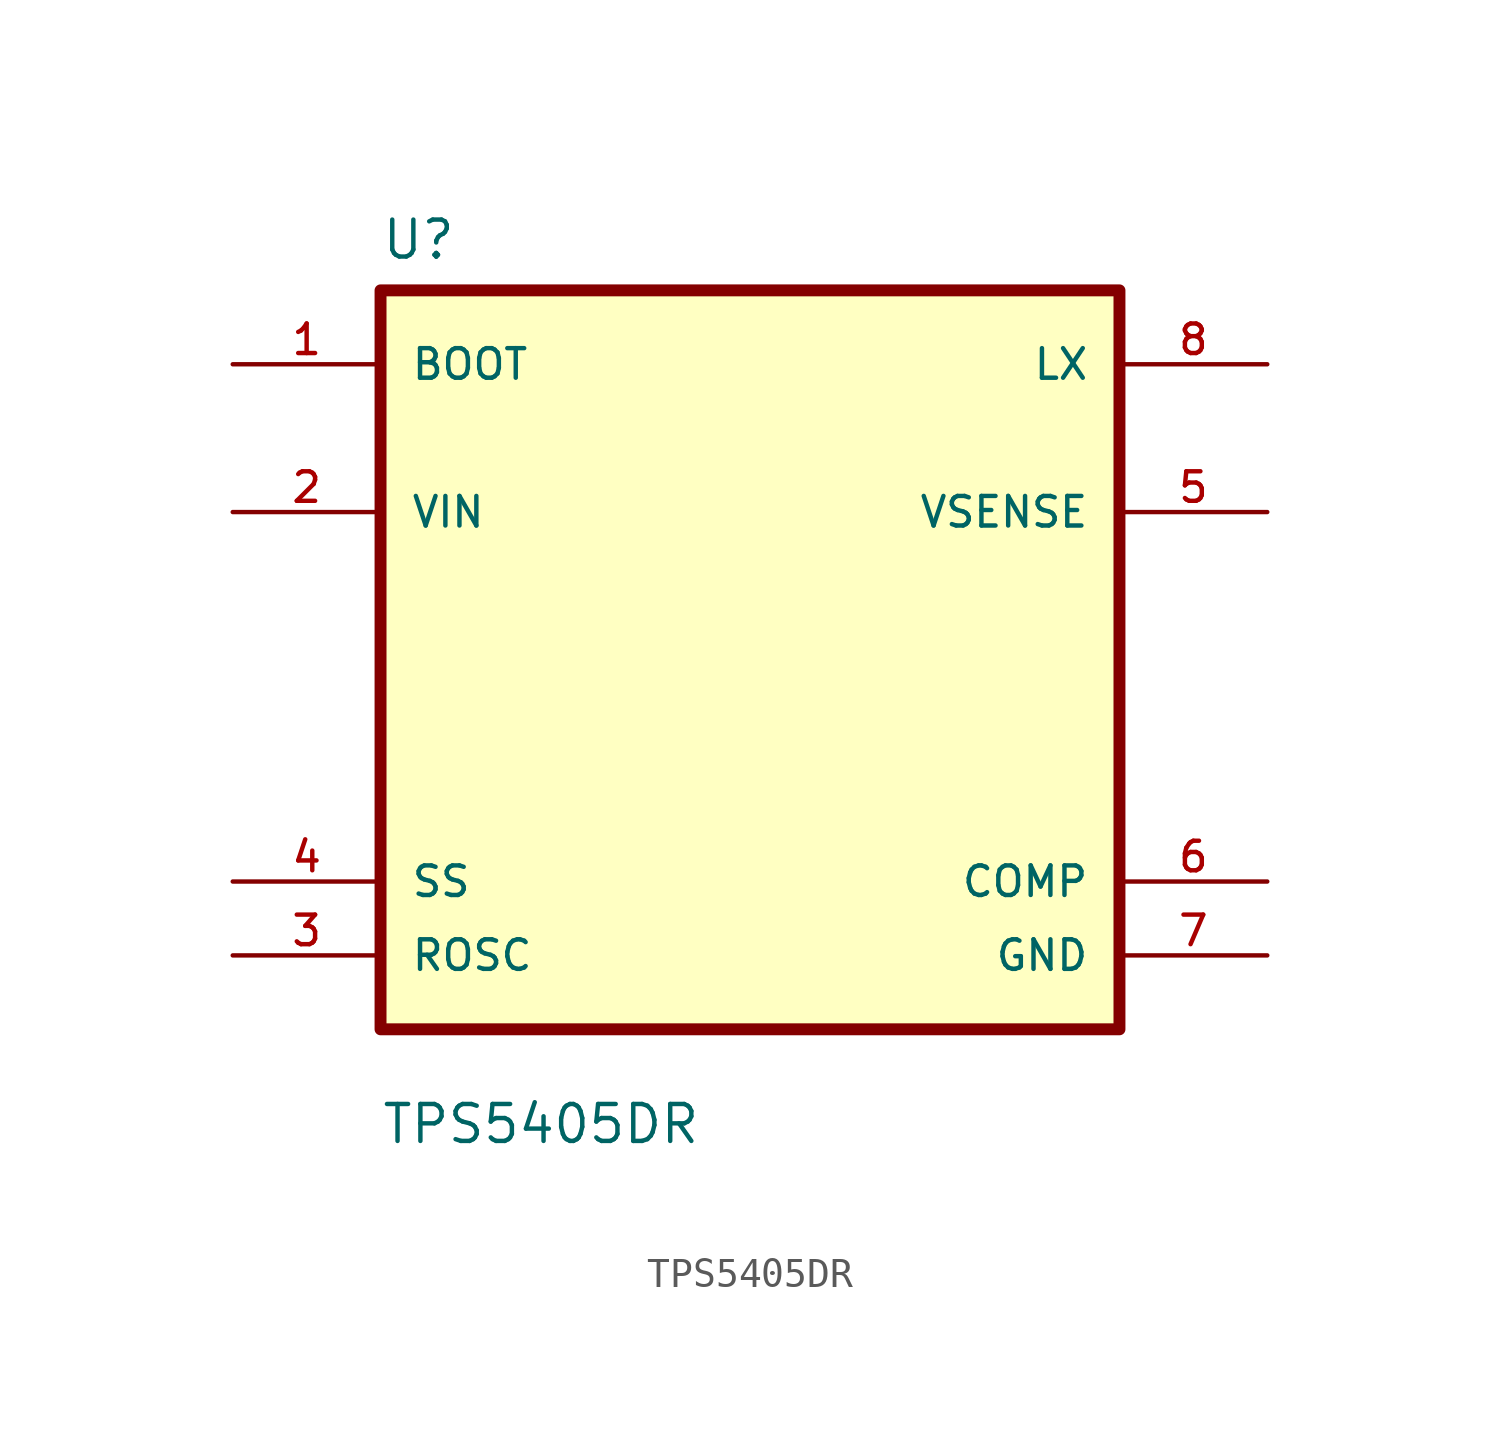
<source format=kicad_sym>
(kicad_symbol_lib
  (version 20231120)
  (generator "kicad_symbol_editor")
  (generator_version "8.0")
  (symbol "TPS5405DR"
    (pin_names
      (offset 1.016))
    (property "Reference" "U"
      (at -12.7 13.7 0)
      (effects (font (size 1.27 1.27)) (justify left bottom)))
    (property "Value" "TPS5405DR"
      (at -12.7 -16.7 0)
      (effects (font (size 1.27 1.27)) (justify left bottom)))
    (symbol "TPS5405DR_0_0"
      (rectangle (start -12.7 12.7) (end 12.7 -12.7) (stroke (width 0.41) (type default)) (fill (type background)))
      (pin bidirectional line (at -17.78 10.16 0) (length 5.08) (name "BOOT" (effects (font (size 1.016 1.016)))) (number "1" (effects (font (size 1.016 1.016)))))
      (pin input line (at -17.78 5.08 0) (length 5.08) (name "VIN" (effects (font (size 1.016 1.016)))) (number "2" (effects (font (size 1.016 1.016)))))
      (pin input line (at -17.78 -10.16 0) (length 5.08) (name "ROSC" (effects (font (size 1.016 1.016)))) (number "3" (effects (font (size 1.016 1.016)))))
      (pin input line (at -17.78 -7.62 0) (length 5.08) (name "SS" (effects (font (size 1.016 1.016)))) (number "4" (effects (font (size 1.016 1.016)))))
      (pin output line (at 17.78 5.08 180) (length 5.08) (name "VSENSE" (effects (font (size 1.016 1.016)))) (number "5" (effects (font (size 1.016 1.016)))))
      (pin output line (at 17.78 -7.62 180) (length 5.08) (name "COMP" (effects (font (size 1.016 1.016)))) (number "6" (effects (font (size 1.016 1.016)))))
      (pin power_in line (at 17.78 -10.16 180) (length 5.08) (name "GND" (effects (font (size 1.016 1.016)))) (number "7" (effects (font (size 1.016 1.016)))))
      (pin bidirectional line (at 17.78 10.16 180) (length 5.08) (name "LX" (effects (font (size 1.016 1.016)))) (number "8" (effects (font (size 1.016 1.016))))))))
</source>
